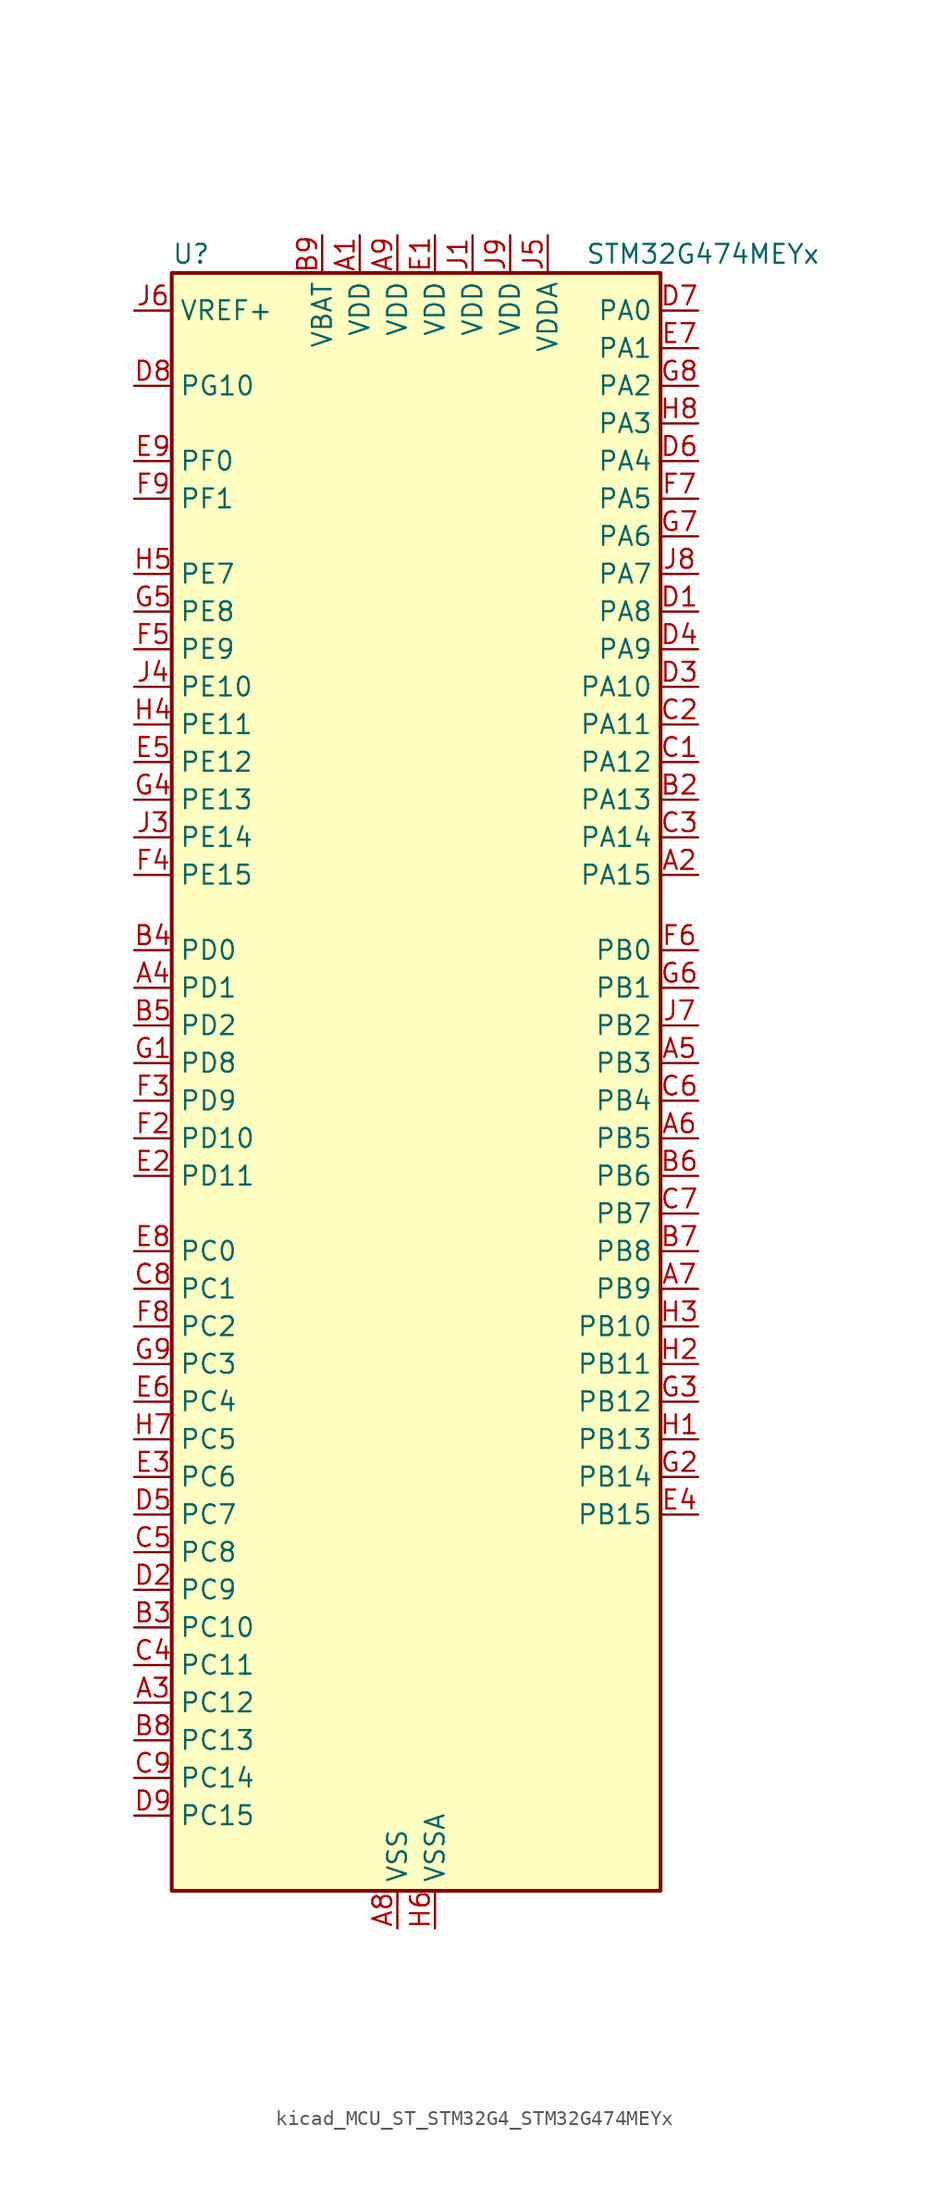
<source format=kicad_sym>
(kicad_symbol_lib
  (version 20220914)
  (generator kicad_symbol_editor)
  (symbol "kicad_MCU_ST_STM32G4_STM32G474MEYx"
    (property "Reference" "U"
      (at -15.24 57.15 0)
      (effects (font (size 1.27 1.27)) (justify left)))
    (property "Value" "STM32G474MEYx"
      (at 12.7 57.15 0)
      (effects (font (size 1.27 1.27)) (justify left)))
    (property "ki_locked" ""
      (at 0 0 0)
      (effects (font (size 1.27 1.27))))
    (symbol "kicad_MCU_ST_STM32G4_STM32G474MEYx_0_1"
      (rectangle (start -15.24 -53.34) (end 17.78 55.88) (stroke (width 0.254) (type default)) (fill (type background))))
    (symbol "kicad_MCU_ST_STM32G4_STM32G474MEYx_1_1"
      (pin power_in line (at -2.54 58.42 270) (length 2.54) (name "VDD" (effects (font (size 1.27 1.27)))) (number "A1" (effects (font (size 1.27 1.27)))))
      (pin bidirectional line (at 20.32 15.24 180) (length 2.54) (name "PA15" (effects (font (size 1.27 1.27)))) (number "A2" (effects (font (size 1.27 1.27)))) (alternate "ADC1_EXTI15" bidirectional line) (alternate "ADC2_EXTI15" bidirectional line) (alternate "FDCAN3_TX" bidirectional line) (alternate "HRTIM1_FLT2" bidirectional line) (alternate "I2C1_SCL" bidirectional line) (alternate "I2S3_WS" bidirectional line) (alternate "SPI1_NSS" bidirectional line) (alternate "SPI3_NSS" bidirectional line) (alternate "SYS_JTDI" bidirectional line) (alternate "TIM1_BKIN" bidirectional line) (alternate "TIM2_CH1" bidirectional line) (alternate "TIM2_ETR" bidirectional line) (alternate "TIM8_CH1" bidirectional line) (alternate "UART4_DE" bidirectional line) (alternate "UART4_RTS" bidirectional line) (alternate "USART2_RX" bidirectional line))
      (pin bidirectional line (at -17.78 -40.64 0) (length 2.54) (name "PC12" (effects (font (size 1.27 1.27)))) (number "A3" (effects (font (size 1.27 1.27)))) (alternate "HRTIM1_EEV1" bidirectional line) (alternate "I2S3_SD" bidirectional line) (alternate "SPI3_MOSI" bidirectional line) (alternate "TIM5_CH2" bidirectional line) (alternate "TIM8_CH3N" bidirectional line) (alternate "UART5_TX" bidirectional line) (alternate "UCPD1_FRSTX1" bidirectional line) (alternate "UCPD1_FRSTX2" bidirectional line) (alternate "USART3_CK" bidirectional line))
      (pin bidirectional line (at -17.78 7.62 0) (length 2.54) (name "PD1" (effects (font (size 1.27 1.27)))) (number "A4" (effects (font (size 1.27 1.27)))) (alternate "FDCAN1_TX" bidirectional line) (alternate "TIM8_BKIN2" bidirectional line) (alternate "TIM8_CH4" bidirectional line))
      (pin bidirectional line (at 20.32 2.54 180) (length 2.54) (name "PB3" (effects (font (size 1.27 1.27)))) (number "A5" (effects (font (size 1.27 1.27)))) (alternate "ADC3_EXTI3" bidirectional line) (alternate "ADC4_EXTI3" bidirectional line) (alternate "ADC5_EXTI3" bidirectional line) (alternate "CRS_SYNC" bidirectional line) (alternate "FDCAN3_RX" bidirectional line) (alternate "HRTIM1_EEV9" bidirectional line) (alternate "HRTIM1_SCOUT" bidirectional line) (alternate "I2S3_CK" bidirectional line) (alternate "SAI1_SCK_B" bidirectional line) (alternate "SPI1_SCK" bidirectional line) (alternate "SPI3_SCK" bidirectional line) (alternate "SYS_JTDO-SWO" bidirectional line) (alternate "TIM2_CH2" bidirectional line) (alternate "TIM3_ETR" bidirectional line) (alternate "TIM4_ETR" bidirectional line) (alternate "TIM8_CH1N" bidirectional line) (alternate "USART2_TX" bidirectional line))
      (pin bidirectional line (at 20.32 -2.54 180) (length 2.54) (name "PB5" (effects (font (size 1.27 1.27)))) (number "A6" (effects (font (size 1.27 1.27)))) (alternate "FDCAN2_RX" bidirectional line) (alternate "HRTIM1_EEV6" bidirectional line) (alternate "I2C1_SMBA" bidirectional line) (alternate "I2C3_SDA" bidirectional line) (alternate "I2S3_SD" bidirectional line) (alternate "LPTIM1_IN1" bidirectional line) (alternate "SAI1_SD_B" bidirectional line) (alternate "SPI1_MOSI" bidirectional line) (alternate "SPI3_MOSI" bidirectional line) (alternate "TIM16_BKIN" bidirectional line) (alternate "TIM17_CH1" bidirectional line) (alternate "TIM3_CH2" bidirectional line) (alternate "TIM8_CH3N" bidirectional line) (alternate "UART5_CTS" bidirectional line) (alternate "USART2_CK" bidirectional line))
      (pin bidirectional line (at 20.32 -12.7 180) (length 2.54) (name "PB9" (effects (font (size 1.27 1.27)))) (number "A7" (effects (font (size 1.27 1.27)))) (alternate "COMP2_OUT" bidirectional line) (alternate "DAC1_EXTI9" bidirectional line) (alternate "DAC2_EXTI9" bidirectional line) (alternate "DAC3_EXTI9" bidirectional line) (alternate "DAC4_EXTI9" bidirectional line) (alternate "FDCAN1_TX" bidirectional line) (alternate "HRTIM1_EEV5" bidirectional line) (alternate "I2C1_SDA" bidirectional line) (alternate "IR_OUT" bidirectional line) (alternate "SAI1_D2" bidirectional line) (alternate "SAI1_FS_A" bidirectional line) (alternate "TIM17_CH1" bidirectional line) (alternate "TIM1_CH3N" bidirectional line) (alternate "TIM4_CH4" bidirectional line) (alternate "TIM8_CH3" bidirectional line) (alternate "USART3_TX" bidirectional line))
      (pin power_in line (at 0 -55.88 90) (length 2.54) (name "VSS" (effects (font (size 1.27 1.27)))) (number "A8" (effects (font (size 1.27 1.27)))))
      (pin power_in line (at 0 58.42 270) (length 2.54) (name "VDD" (effects (font (size 1.27 1.27)))) (number "A9" (effects (font (size 1.27 1.27)))))
      (pin passive line (at 0 -55.88 90) (length 2.54) hide (name "VSS" (effects (font (size 1.27 1.27)))) (number "B1" (effects (font (size 1.27 1.27)))))
      (pin bidirectional line (at 20.32 20.32 180) (length 2.54) (name "PA13" (effects (font (size 1.27 1.27)))) (number "B2" (effects (font (size 1.27 1.27)))) (alternate "I2C1_SCL" bidirectional line) (alternate "I2C4_SCL" bidirectional line) (alternate "IR_OUT" bidirectional line) (alternate "SAI1_SD_B" bidirectional line) (alternate "SYS_JTMS-SWDIO" bidirectional line) (alternate "TIM16_CH1N" bidirectional line) (alternate "TIM4_CH3" bidirectional line) (alternate "USART3_CTS" bidirectional line) (alternate "USART3_NSS" bidirectional line))
      (pin bidirectional line (at -17.78 -35.56 0) (length 2.54) (name "PC10" (effects (font (size 1.27 1.27)))) (number "B3" (effects (font (size 1.27 1.27)))) (alternate "DAC1_EXTI10" bidirectional line) (alternate "DAC2_EXTI10" bidirectional line) (alternate "DAC3_EXTI10" bidirectional line) (alternate "DAC4_EXTI10" bidirectional line) (alternate "HRTIM1_FLT6" bidirectional line) (alternate "I2S3_CK" bidirectional line) (alternate "SPI3_SCK" bidirectional line) (alternate "TIM8_CH1N" bidirectional line) (alternate "UART4_TX" bidirectional line) (alternate "USART3_TX" bidirectional line))
      (pin bidirectional line (at -17.78 10.16 0) (length 2.54) (name "PD0" (effects (font (size 1.27 1.27)))) (number "B4" (effects (font (size 1.27 1.27)))) (alternate "FDCAN1_RX" bidirectional line) (alternate "TIM8_CH4N" bidirectional line))
      (pin bidirectional line (at -17.78 5.08 0) (length 2.54) (name "PD2" (effects (font (size 1.27 1.27)))) (number "B5" (effects (font (size 1.27 1.27)))) (alternate "ADC3_EXTI2" bidirectional line) (alternate "ADC4_EXTI2" bidirectional line) (alternate "ADC5_EXTI2" bidirectional line) (alternate "TIM3_ETR" bidirectional line) (alternate "TIM8_BKIN" bidirectional line) (alternate "UART5_RX" bidirectional line))
      (pin bidirectional line (at 20.32 -5.08 180) (length 2.54) (name "PB6" (effects (font (size 1.27 1.27)))) (number "B6" (effects (font (size 1.27 1.27)))) (alternate "COMP4_OUT" bidirectional line) (alternate "FDCAN2_TX" bidirectional line) (alternate "HRTIM1_EEV4" bidirectional line) (alternate "HRTIM1_SCIN" bidirectional line) (alternate "LPTIM1_ETR" bidirectional line) (alternate "SAI1_FS_B" bidirectional line) (alternate "TIM16_CH1N" bidirectional line) (alternate "TIM4_CH1" bidirectional line) (alternate "TIM8_BKIN2" bidirectional line) (alternate "TIM8_CH1" bidirectional line) (alternate "TIM8_ETR" bidirectional line) (alternate "UCPD1_CC1" bidirectional line) (alternate "USART1_TX" bidirectional line))
      (pin bidirectional line (at 20.32 -10.16 180) (length 2.54) (name "PB8" (effects (font (size 1.27 1.27)))) (number "B7" (effects (font (size 1.27 1.27)))) (alternate "COMP1_OUT" bidirectional line) (alternate "FDCAN1_RX" bidirectional line) (alternate "HRTIM1_EEV8" bidirectional line) (alternate "I2C1_SCL" bidirectional line) (alternate "SAI1_CK1" bidirectional line) (alternate "SAI1_MCLK_A" bidirectional line) (alternate "TIM16_CH1" bidirectional line) (alternate "TIM1_BKIN" bidirectional line) (alternate "TIM4_CH3" bidirectional line) (alternate "TIM8_CH2" bidirectional line) (alternate "USART3_RX" bidirectional line))
      (pin bidirectional line (at -17.78 -43.18 0) (length 2.54) (name "PC13" (effects (font (size 1.27 1.27)))) (number "B8" (effects (font (size 1.27 1.27)))) (alternate "RTC_OUT1" bidirectional line) (alternate "RTC_TAMP1" bidirectional line) (alternate "RTC_TS" bidirectional line) (alternate "SYS_WKUP2" bidirectional line) (alternate "TIM1_BKIN" bidirectional line) (alternate "TIM1_CH1N" bidirectional line) (alternate "TIM8_CH4N" bidirectional line))
      (pin power_in line (at -5.08 58.42 270) (length 2.54) (name "VBAT" (effects (font (size 1.27 1.27)))) (number "B9" (effects (font (size 1.27 1.27)))))
      (pin bidirectional line (at 20.32 22.86 180) (length 2.54) (name "PA12" (effects (font (size 1.27 1.27)))) (number "C1" (effects (font (size 1.27 1.27)))) (alternate "COMP2_OUT" bidirectional line) (alternate "FDCAN1_TX" bidirectional line) (alternate "HRTIM1_FLT1" bidirectional line) (alternate "I2S_CKIN" bidirectional line) (alternate "TIM16_CH1" bidirectional line) (alternate "TIM1_CH2N" bidirectional line) (alternate "TIM1_ETR" bidirectional line) (alternate "TIM4_CH2" bidirectional line) (alternate "USART1_DE" bidirectional line) (alternate "USART1_RTS" bidirectional line) (alternate "USB_DP" bidirectional line))
      (pin bidirectional line (at 20.32 25.4 180) (length 2.54) (name "PA11" (effects (font (size 1.27 1.27)))) (number "C2" (effects (font (size 1.27 1.27)))) (alternate "ADC1_EXTI11" bidirectional line) (alternate "ADC2_EXTI11" bidirectional line) (alternate "COMP1_OUT" bidirectional line) (alternate "FDCAN1_RX" bidirectional line) (alternate "HRTIM1_CHB2" bidirectional line) (alternate "I2S2_SD" bidirectional line) (alternate "SPI2_MOSI" bidirectional line) (alternate "TIM1_BKIN2" bidirectional line) (alternate "TIM1_CH1N" bidirectional line) (alternate "TIM1_CH4" bidirectional line) (alternate "TIM4_CH1" bidirectional line) (alternate "USART1_CTS" bidirectional line) (alternate "USART1_NSS" bidirectional line) (alternate "USB_DM" bidirectional line))
      (pin bidirectional line (at 20.32 17.78 180) (length 2.54) (name "PA14" (effects (font (size 1.27 1.27)))) (number "C3" (effects (font (size 1.27 1.27)))) (alternate "I2C1_SDA" bidirectional line) (alternate "I2C4_SMBA" bidirectional line) (alternate "LPTIM1_OUT" bidirectional line) (alternate "SAI1_FS_B" bidirectional line) (alternate "SYS_JTCK-SWCLK" bidirectional line) (alternate "TIM1_BKIN" bidirectional line) (alternate "TIM8_CH2" bidirectional line) (alternate "USART2_TX" bidirectional line))
      (pin bidirectional line (at -17.78 -38.1 0) (length 2.54) (name "PC11" (effects (font (size 1.27 1.27)))) (number "C4" (effects (font (size 1.27 1.27)))) (alternate "ADC1_EXTI11" bidirectional line) (alternate "ADC2_EXTI11" bidirectional line) (alternate "HRTIM1_EEV2" bidirectional line) (alternate "I2C3_SDA" bidirectional line) (alternate "SPI3_MISO" bidirectional line) (alternate "TIM8_CH2N" bidirectional line) (alternate "UART4_RX" bidirectional line) (alternate "USART3_RX" bidirectional line))
      (pin bidirectional line (at -17.78 -30.48 0) (length 2.54) (name "PC8" (effects (font (size 1.27 1.27)))) (number "C5" (effects (font (size 1.27 1.27)))) (alternate "COMP7_OUT" bidirectional line) (alternate "HRTIM1_CHE1" bidirectional line) (alternate "I2C3_SCL" bidirectional line) (alternate "TIM20_CH3" bidirectional line) (alternate "TIM3_CH3" bidirectional line) (alternate "TIM8_CH3" bidirectional line))
      (pin bidirectional line (at 20.32 0 180) (length 2.54) (name "PB4" (effects (font (size 1.27 1.27)))) (number "C6" (effects (font (size 1.27 1.27)))) (alternate "FDCAN3_TX" bidirectional line) (alternate "HRTIM1_EEV7" bidirectional line) (alternate "SAI1_MCLK_B" bidirectional line) (alternate "SPI1_MISO" bidirectional line) (alternate "SPI3_MISO" bidirectional line) (alternate "SYS_JTRST" bidirectional line) (alternate "TIM16_CH1" bidirectional line) (alternate "TIM17_BKIN" bidirectional line) (alternate "TIM3_CH1" bidirectional line) (alternate "TIM8_CH2N" bidirectional line) (alternate "UART5_DE" bidirectional line) (alternate "UART5_RTS" bidirectional line) (alternate "UCPD1_CC2" bidirectional line) (alternate "USART2_RX" bidirectional line))
      (pin bidirectional line (at 20.32 -7.62 180) (length 2.54) (name "PB7" (effects (font (size 1.27 1.27)))) (number "C7" (effects (font (size 1.27 1.27)))) (alternate "COMP3_OUT" bidirectional line) (alternate "HRTIM1_EEV3" bidirectional line) (alternate "I2C1_SDA" bidirectional line) (alternate "I2C4_SDA" bidirectional line) (alternate "LPTIM1_IN2" bidirectional line) (alternate "SYS_PVD_IN" bidirectional line) (alternate "TIM17_CH1N" bidirectional line) (alternate "TIM3_CH4" bidirectional line) (alternate "TIM4_CH2" bidirectional line) (alternate "TIM8_BKIN" bidirectional line) (alternate "UART4_CTS" bidirectional line) (alternate "USART1_RX" bidirectional line))
      (pin bidirectional line (at -17.78 -12.7 0) (length 2.54) (name "PC1" (effects (font (size 1.27 1.27)))) (number "C8" (effects (font (size 1.27 1.27)))) (alternate "ADC1_IN7" bidirectional line) (alternate "ADC2_IN7" bidirectional line) (alternate "COMP3_INP" bidirectional line) (alternate "LPTIM1_OUT" bidirectional line) (alternate "LPUART1_TX" bidirectional line) (alternate "QUADSPI1_BK2_IO0" bidirectional line) (alternate "SAI1_SD_A" bidirectional line) (alternate "TIM1_CH2" bidirectional line))
      (pin bidirectional line (at -17.78 -45.72 0) (length 2.54) (name "PC14" (effects (font (size 1.27 1.27)))) (number "C9" (effects (font (size 1.27 1.27)))) (alternate "RCC_OSC32_IN" bidirectional line))
      (pin bidirectional line (at 20.32 33.02 180) (length 2.54) (name "PA8" (effects (font (size 1.27 1.27)))) (number "D1" (effects (font (size 1.27 1.27)))) (alternate "ADC5_IN1" bidirectional line) (alternate "COMP7_OUT" bidirectional line) (alternate "FDCAN3_RX" bidirectional line) (alternate "HRTIM1_CHA1" bidirectional line) (alternate "I2C2_SDA" bidirectional line) (alternate "I2C3_SCL" bidirectional line) (alternate "I2S2_MCK" bidirectional line) (alternate "OPAMP5_VOUT" bidirectional line) (alternate "RCC_MCO" bidirectional line) (alternate "SAI1_CK2" bidirectional line) (alternate "SAI1_SCK_A" bidirectional line) (alternate "TIM1_CH1" bidirectional line) (alternate "TIM4_ETR" bidirectional line) (alternate "USART1_CK" bidirectional line))
      (pin bidirectional line (at -17.78 -33.02 0) (length 2.54) (name "PC9" (effects (font (size 1.27 1.27)))) (number "D2" (effects (font (size 1.27 1.27)))) (alternate "DAC1_EXTI9" bidirectional line) (alternate "DAC2_EXTI9" bidirectional line) (alternate "DAC3_EXTI9" bidirectional line) (alternate "DAC4_EXTI9" bidirectional line) (alternate "HRTIM1_CHE2" bidirectional line) (alternate "I2C3_SDA" bidirectional line) (alternate "I2S_CKIN" bidirectional line) (alternate "TIM3_CH4" bidirectional line) (alternate "TIM8_BKIN2" bidirectional line) (alternate "TIM8_CH4" bidirectional line))
      (pin bidirectional line (at 20.32 27.94 180) (length 2.54) (name "PA10" (effects (font (size 1.27 1.27)))) (number "D3" (effects (font (size 1.27 1.27)))) (alternate "COMP6_OUT" bidirectional line) (alternate "CRS_SYNC" bidirectional line) (alternate "DAC1_EXTI10" bidirectional line) (alternate "DAC2_EXTI10" bidirectional line) (alternate "DAC3_EXTI10" bidirectional line) (alternate "DAC4_EXTI10" bidirectional line) (alternate "HRTIM1_CHB1" bidirectional line) (alternate "I2C2_SMBA" bidirectional line) (alternate "SAI1_D1" bidirectional line) (alternate "SAI1_SD_A" bidirectional line) (alternate "SPI2_MISO" bidirectional line) (alternate "TIM17_BKIN" bidirectional line) (alternate "TIM1_CH3" bidirectional line) (alternate "TIM2_CH4" bidirectional line) (alternate "TIM8_BKIN" bidirectional line) (alternate "UCPD1_DBCC2" bidirectional line) (alternate "USART1_RX" bidirectional line))
      (pin bidirectional line (at 20.32 30.48 180) (length 2.54) (name "PA9" (effects (font (size 1.27 1.27)))) (number "D4" (effects (font (size 1.27 1.27)))) (alternate "ADC5_IN2" bidirectional line) (alternate "COMP5_OUT" bidirectional line) (alternate "DAC1_EXTI9" bidirectional line) (alternate "DAC2_EXTI9" bidirectional line) (alternate "DAC3_EXTI9" bidirectional line) (alternate "DAC4_EXTI9" bidirectional line) (alternate "HRTIM1_CHA2" bidirectional line) (alternate "I2C2_SCL" bidirectional line) (alternate "I2C3_SMBA" bidirectional line) (alternate "I2S3_MCK" bidirectional line) (alternate "SAI1_FS_A" bidirectional line) (alternate "TIM15_BKIN" bidirectional line) (alternate "TIM1_CH2" bidirectional line) (alternate "TIM2_CH3" bidirectional line) (alternate "UCPD1_DBCC1" bidirectional line) (alternate "USART1_TX" bidirectional line))
      (pin bidirectional line (at -17.78 -27.94 0) (length 2.54) (name "PC7" (effects (font (size 1.27 1.27)))) (number "D5" (effects (font (size 1.27 1.27)))) (alternate "COMP5_OUT" bidirectional line) (alternate "HRTIM1_CHF2" bidirectional line) (alternate "HRTIM1_FLT5" bidirectional line) (alternate "I2C4_SDA" bidirectional line) (alternate "I2S3_MCK" bidirectional line) (alternate "TIM3_CH2" bidirectional line) (alternate "TIM8_CH2" bidirectional line))
      (pin bidirectional line (at 20.32 43.18 180) (length 2.54) (name "PA4" (effects (font (size 1.27 1.27)))) (number "D6" (effects (font (size 1.27 1.27)))) (alternate "ADC2_IN17" bidirectional line) (alternate "COMP1_INM" bidirectional line) (alternate "DAC1_OUT1" bidirectional line) (alternate "I2S3_WS" bidirectional line) (alternate "SAI1_FS_B" bidirectional line) (alternate "SPI1_NSS" bidirectional line) (alternate "SPI3_NSS" bidirectional line) (alternate "TIM3_CH2" bidirectional line) (alternate "USART2_CK" bidirectional line))
      (pin bidirectional line (at 20.32 53.34 180) (length 2.54) (name "PA0" (effects (font (size 1.27 1.27)))) (number "D7" (effects (font (size 1.27 1.27)))) (alternate "ADC1_IN1" bidirectional line) (alternate "ADC2_IN1" bidirectional line) (alternate "COMP1_INM" bidirectional line) (alternate "COMP1_OUT" bidirectional line) (alternate "COMP3_INP" bidirectional line) (alternate "RTC_TAMP2" bidirectional line) (alternate "SYS_WKUP1" bidirectional line) (alternate "TIM2_CH1" bidirectional line) (alternate "TIM2_ETR" bidirectional line) (alternate "TIM5_CH1" bidirectional line) (alternate "TIM8_BKIN" bidirectional line) (alternate "TIM8_ETR" bidirectional line) (alternate "USART2_CTS" bidirectional line) (alternate "USART2_NSS" bidirectional line))
      (pin bidirectional line (at -17.78 48.26 0) (length 2.54) (name "PG10" (effects (font (size 1.27 1.27)))) (number "D8" (effects (font (size 1.27 1.27)))) (alternate "DAC1_EXTI10" bidirectional line) (alternate "DAC2_EXTI10" bidirectional line) (alternate "DAC3_EXTI10" bidirectional line) (alternate "DAC4_EXTI10" bidirectional line) (alternate "RCC_MCO" bidirectional line))
      (pin bidirectional line (at -17.78 -48.26 0) (length 2.54) (name "PC15" (effects (font (size 1.27 1.27)))) (number "D9" (effects (font (size 1.27 1.27)))) (alternate "ADC1_EXTI15" bidirectional line) (alternate "ADC2_EXTI15" bidirectional line) (alternate "RCC_OSC32_OUT" bidirectional line))
      (pin power_in line (at 2.54 58.42 270) (length 2.54) (name "VDD" (effects (font (size 1.27 1.27)))) (number "E1" (effects (font (size 1.27 1.27)))))
      (pin bidirectional line (at -17.78 -5.08 0) (length 2.54) (name "PD11" (effects (font (size 1.27 1.27)))) (number "E2" (effects (font (size 1.27 1.27)))) (alternate "ADC1_EXTI11" bidirectional line) (alternate "ADC2_EXTI11" bidirectional line) (alternate "ADC3_IN8" bidirectional line) (alternate "ADC4_IN8" bidirectional line) (alternate "ADC5_IN8" bidirectional line) (alternate "COMP6_INP" bidirectional line) (alternate "I2C4_SMBA" bidirectional line) (alternate "OPAMP4_VINP" bidirectional line) (alternate "OPAMP4_VINP_SEC" bidirectional line) (alternate "TIM5_ETR" bidirectional line) (alternate "USART3_CTS" bidirectional line) (alternate "USART3_NSS" bidirectional line))
      (pin bidirectional line (at -17.78 -25.4 0) (length 2.54) (name "PC6" (effects (font (size 1.27 1.27)))) (number "E3" (effects (font (size 1.27 1.27)))) (alternate "COMP6_OUT" bidirectional line) (alternate "HRTIM1_CHF1" bidirectional line) (alternate "HRTIM1_EEV10" bidirectional line) (alternate "I2C4_SCL" bidirectional line) (alternate "I2S2_MCK" bidirectional line) (alternate "TIM3_CH1" bidirectional line) (alternate "TIM8_CH1" bidirectional line))
      (pin bidirectional line (at 20.32 -27.94 180) (length 2.54) (name "PB15" (effects (font (size 1.27 1.27)))) (number "E4" (effects (font (size 1.27 1.27)))) (alternate "ADC1_EXTI15" bidirectional line) (alternate "ADC2_EXTI15" bidirectional line) (alternate "ADC2_IN15" bidirectional line) (alternate "ADC4_IN5" bidirectional line) (alternate "COMP3_OUT" bidirectional line) (alternate "COMP6_INM" bidirectional line) (alternate "HRTIM1_CHD2" bidirectional line) (alternate "I2S2_SD" bidirectional line) (alternate "OPAMP5_VINM" bidirectional line) (alternate "OPAMP5_VINM0" bidirectional line) (alternate "OPAMP5_VINM_SEC" bidirectional line) (alternate "RTC_REFIN" bidirectional line) (alternate "SPI2_MOSI" bidirectional line) (alternate "TIM15_CH1N" bidirectional line) (alternate "TIM15_CH2" bidirectional line) (alternate "TIM1_CH3N" bidirectional line))
      (pin bidirectional line (at -17.78 22.86 0) (length 2.54) (name "PE12" (effects (font (size 1.27 1.27)))) (number "E5" (effects (font (size 1.27 1.27)))) (alternate "ADC3_IN16" bidirectional line) (alternate "ADC4_IN16" bidirectional line) (alternate "ADC5_IN16" bidirectional line) (alternate "QUADSPI1_BK1_IO0" bidirectional line) (alternate "SPI4_SCK" bidirectional line) (alternate "TIM1_CH3N" bidirectional line))
      (pin bidirectional line (at -17.78 -20.32 0) (length 2.54) (name "PC4" (effects (font (size 1.27 1.27)))) (number "E6" (effects (font (size 1.27 1.27)))) (alternate "ADC2_IN5" bidirectional line) (alternate "I2C2_SCL" bidirectional line) (alternate "QUADSPI1_BK2_IO3" bidirectional line) (alternate "TIM1_ETR" bidirectional line) (alternate "USART1_TX" bidirectional line))
      (pin bidirectional line (at 20.32 50.8 180) (length 2.54) (name "PA1" (effects (font (size 1.27 1.27)))) (number "E7" (effects (font (size 1.27 1.27)))) (alternate "ADC1_IN2" bidirectional line) (alternate "ADC2_IN2" bidirectional line) (alternate "COMP1_INP" bidirectional line) (alternate "OPAMP1_VINP" bidirectional line) (alternate "OPAMP1_VINP_SEC" bidirectional line) (alternate "OPAMP3_VINP" bidirectional line) (alternate "OPAMP3_VINP_SEC" bidirectional line) (alternate "OPAMP6_VINM" bidirectional line) (alternate "OPAMP6_VINM0" bidirectional line) (alternate "OPAMP6_VINM_SEC" bidirectional line) (alternate "RTC_REFIN" bidirectional line) (alternate "TIM15_CH1N" bidirectional line) (alternate "TIM2_CH2" bidirectional line) (alternate "TIM5_CH2" bidirectional line) (alternate "USART2_DE" bidirectional line) (alternate "USART2_RTS" bidirectional line))
      (pin bidirectional line (at -17.78 -10.16 0) (length 2.54) (name "PC0" (effects (font (size 1.27 1.27)))) (number "E8" (effects (font (size 1.27 1.27)))) (alternate "ADC1_IN6" bidirectional line) (alternate "ADC2_IN6" bidirectional line) (alternate "COMP3_INM" bidirectional line) (alternate "LPTIM1_IN1" bidirectional line) (alternate "LPUART1_RX" bidirectional line) (alternate "TIM1_CH1" bidirectional line))
      (pin bidirectional line (at -17.78 43.18 0) (length 2.54) (name "PF0" (effects (font (size 1.27 1.27)))) (number "E9" (effects (font (size 1.27 1.27)))) (alternate "ADC1_IN10" bidirectional line) (alternate "I2C2_SDA" bidirectional line) (alternate "I2S2_WS" bidirectional line) (alternate "RCC_OSC_IN" bidirectional line) (alternate "SPI2_NSS" bidirectional line) (alternate "TIM1_CH3N" bidirectional line))
      (pin passive line (at 0 -55.88 90) (length 2.54) hide (name "VSS" (effects (font (size 1.27 1.27)))) (number "F1" (effects (font (size 1.27 1.27)))))
      (pin bidirectional line (at -17.78 -2.54 0) (length 2.54) (name "PD10" (effects (font (size 1.27 1.27)))) (number "F2" (effects (font (size 1.27 1.27)))) (alternate "ADC3_IN7" bidirectional line) (alternate "ADC4_IN7" bidirectional line) (alternate "ADC5_IN7" bidirectional line) (alternate "COMP6_INM" bidirectional line) (alternate "DAC1_EXTI10" bidirectional line) (alternate "DAC2_EXTI10" bidirectional line) (alternate "DAC3_EXTI10" bidirectional line) (alternate "DAC4_EXTI10" bidirectional line) (alternate "USART3_CK" bidirectional line))
      (pin bidirectional line (at -17.78 0 0) (length 2.54) (name "PD9" (effects (font (size 1.27 1.27)))) (number "F3" (effects (font (size 1.27 1.27)))) (alternate "ADC4_IN13" bidirectional line) (alternate "ADC5_IN13" bidirectional line) (alternate "DAC1_EXTI9" bidirectional line) (alternate "DAC2_EXTI9" bidirectional line) (alternate "DAC3_EXTI9" bidirectional line) (alternate "DAC4_EXTI9" bidirectional line) (alternate "OPAMP6_VINP" bidirectional line) (alternate "OPAMP6_VINP_SEC" bidirectional line) (alternate "USART3_RX" bidirectional line))
      (pin bidirectional line (at -17.78 15.24 0) (length 2.54) (name "PE15" (effects (font (size 1.27 1.27)))) (number "F4" (effects (font (size 1.27 1.27)))) (alternate "ADC1_EXTI15" bidirectional line) (alternate "ADC2_EXTI15" bidirectional line) (alternate "ADC4_IN2" bidirectional line) (alternate "QUADSPI1_BK1_IO3" bidirectional line) (alternate "TIM1_BKIN" bidirectional line) (alternate "TIM1_CH4N" bidirectional line) (alternate "USART3_RX" bidirectional line))
      (pin bidirectional line (at -17.78 30.48 0) (length 2.54) (name "PE9" (effects (font (size 1.27 1.27)))) (number "F5" (effects (font (size 1.27 1.27)))) (alternate "ADC3_IN2" bidirectional line) (alternate "DAC1_EXTI9" bidirectional line) (alternate "DAC2_EXTI9" bidirectional line) (alternate "DAC3_EXTI9" bidirectional line) (alternate "DAC4_EXTI9" bidirectional line) (alternate "SAI1_FS_B" bidirectional line) (alternate "TIM1_CH1" bidirectional line) (alternate "TIM5_CH4" bidirectional line))
      (pin bidirectional line (at 20.32 10.16 180) (length 2.54) (name "PB0" (effects (font (size 1.27 1.27)))) (number "F6" (effects (font (size 1.27 1.27)))) (alternate "ADC1_IN15" bidirectional line) (alternate "ADC3_IN12" bidirectional line) (alternate "COMP4_INP" bidirectional line) (alternate "HRTIM1_FLT5" bidirectional line) (alternate "OPAMP2_VINP" bidirectional line) (alternate "OPAMP2_VINP_SEC" bidirectional line) (alternate "OPAMP3_VINP" bidirectional line) (alternate "OPAMP3_VINP_SEC" bidirectional line) (alternate "QUADSPI1_BK1_IO1" bidirectional line) (alternate "TIM1_CH2N" bidirectional line) (alternate "TIM3_CH3" bidirectional line) (alternate "TIM8_CH2N" bidirectional line) (alternate "UCPD1_FRSTX1" bidirectional line) (alternate "UCPD1_FRSTX2" bidirectional line))
      (pin bidirectional line (at 20.32 40.64 180) (length 2.54) (name "PA5" (effects (font (size 1.27 1.27)))) (number "F7" (effects (font (size 1.27 1.27)))) (alternate "ADC2_IN13" bidirectional line) (alternate "COMP2_INM" bidirectional line) (alternate "DAC1_OUT2" bidirectional line) (alternate "OPAMP2_VINM" bidirectional line) (alternate "OPAMP2_VINM0" bidirectional line) (alternate "OPAMP2_VINM_SEC" bidirectional line) (alternate "SPI1_SCK" bidirectional line) (alternate "TIM2_CH1" bidirectional line) (alternate "TIM2_ETR" bidirectional line) (alternate "UCPD1_FRSTX1" bidirectional line) (alternate "UCPD1_FRSTX2" bidirectional line))
      (pin bidirectional line (at -17.78 -15.24 0) (length 2.54) (name "PC2" (effects (font (size 1.27 1.27)))) (number "F8" (effects (font (size 1.27 1.27)))) (alternate "ADC1_IN8" bidirectional line) (alternate "ADC2_IN8" bidirectional line) (alternate "ADC3_EXTI2" bidirectional line) (alternate "ADC4_EXTI2" bidirectional line) (alternate "ADC5_EXTI2" bidirectional line) (alternate "COMP3_OUT" bidirectional line) (alternate "LPTIM1_IN2" bidirectional line) (alternate "QUADSPI1_BK2_IO1" bidirectional line) (alternate "TIM1_CH3" bidirectional line) (alternate "TIM20_CH2" bidirectional line))
      (pin bidirectional line (at -17.78 40.64 0) (length 2.54) (name "PF1" (effects (font (size 1.27 1.27)))) (number "F9" (effects (font (size 1.27 1.27)))) (alternate "ADC2_IN10" bidirectional line) (alternate "COMP3_INM" bidirectional line) (alternate "I2S2_CK" bidirectional line) (alternate "RCC_OSC_OUT" bidirectional line) (alternate "SPI2_SCK" bidirectional line))
      (pin bidirectional line (at -17.78 2.54 0) (length 2.54) (name "PD8" (effects (font (size 1.27 1.27)))) (number "G1" (effects (font (size 1.27 1.27)))) (alternate "ADC4_IN12" bidirectional line) (alternate "ADC5_IN12" bidirectional line) (alternate "OPAMP4_VINM" bidirectional line) (alternate "OPAMP4_VINM1" bidirectional line) (alternate "OPAMP4_VINM_SEC" bidirectional line) (alternate "USART3_TX" bidirectional line))
      (pin bidirectional line (at 20.32 -25.4 180) (length 2.54) (name "PB14" (effects (font (size 1.27 1.27)))) (number "G2" (effects (font (size 1.27 1.27)))) (alternate "ADC1_IN5" bidirectional line) (alternate "ADC4_IN4" bidirectional line) (alternate "COMP4_OUT" bidirectional line) (alternate "COMP7_INP" bidirectional line) (alternate "HRTIM1_CHD1" bidirectional line) (alternate "OPAMP2_VINP" bidirectional line) (alternate "OPAMP2_VINP_SEC" bidirectional line) (alternate "OPAMP5_VINP" bidirectional line) (alternate "OPAMP5_VINP_SEC" bidirectional line) (alternate "SPI2_MISO" bidirectional line) (alternate "TIM15_CH1" bidirectional line) (alternate "TIM1_CH2N" bidirectional line) (alternate "USART3_DE" bidirectional line) (alternate "USART3_RTS" bidirectional line))
      (pin bidirectional line (at 20.32 -20.32 180) (length 2.54) (name "PB12" (effects (font (size 1.27 1.27)))) (number "G3" (effects (font (size 1.27 1.27)))) (alternate "ADC1_IN11" bidirectional line) (alternate "ADC4_IN3" bidirectional line) (alternate "COMP7_INM" bidirectional line) (alternate "FDCAN2_RX" bidirectional line) (alternate "HRTIM1_CHC1" bidirectional line) (alternate "I2C2_SMBA" bidirectional line) (alternate "I2S2_WS" bidirectional line) (alternate "LPUART1_DE" bidirectional line) (alternate "LPUART1_RTS" bidirectional line) (alternate "OPAMP4_VOUT" bidirectional line) (alternate "OPAMP6_VINP" bidirectional line) (alternate "OPAMP6_VINP_SEC" bidirectional line) (alternate "SPI2_NSS" bidirectional line) (alternate "TIM1_BKIN" bidirectional line) (alternate "TIM5_ETR" bidirectional line) (alternate "USART3_CK" bidirectional line))
      (pin bidirectional line (at -17.78 20.32 0) (length 2.54) (name "PE13" (effects (font (size 1.27 1.27)))) (number "G4" (effects (font (size 1.27 1.27)))) (alternate "ADC3_IN3" bidirectional line) (alternate "QUADSPI1_BK1_IO1" bidirectional line) (alternate "SPI4_MISO" bidirectional line) (alternate "TIM1_CH3" bidirectional line))
      (pin bidirectional line (at -17.78 33.02 0) (length 2.54) (name "PE8" (effects (font (size 1.27 1.27)))) (number "G5" (effects (font (size 1.27 1.27)))) (alternate "ADC3_IN6" bidirectional line) (alternate "ADC4_IN6" bidirectional line) (alternate "ADC5_IN6" bidirectional line) (alternate "COMP4_INM" bidirectional line) (alternate "SAI1_SCK_B" bidirectional line) (alternate "TIM1_CH1N" bidirectional line) (alternate "TIM5_CH3" bidirectional line))
      (pin bidirectional line (at 20.32 7.62 180) (length 2.54) (name "PB1" (effects (font (size 1.27 1.27)))) (number "G6" (effects (font (size 1.27 1.27)))) (alternate "ADC1_IN12" bidirectional line) (alternate "ADC3_IN1" bidirectional line) (alternate "COMP1_INP" bidirectional line) (alternate "COMP4_OUT" bidirectional line) (alternate "HRTIM1_SCOUT" bidirectional line) (alternate "LPUART1_DE" bidirectional line) (alternate "LPUART1_RTS" bidirectional line) (alternate "OPAMP3_VOUT" bidirectional line) (alternate "OPAMP6_VINM" bidirectional line) (alternate "OPAMP6_VINM1" bidirectional line) (alternate "OPAMP6_VINM_SEC" bidirectional line) (alternate "QUADSPI1_BK1_IO0" bidirectional line) (alternate "TIM1_CH3N" bidirectional line) (alternate "TIM3_CH4" bidirectional line) (alternate "TIM8_CH3N" bidirectional line))
      (pin bidirectional line (at 20.32 38.1 180) (length 2.54) (name "PA6" (effects (font (size 1.27 1.27)))) (number "G7" (effects (font (size 1.27 1.27)))) (alternate "ADC2_IN3" bidirectional line) (alternate "COMP1_OUT" bidirectional line) (alternate "DAC2_OUT1" bidirectional line) (alternate "LPUART1_CTS" bidirectional line) (alternate "OPAMP2_VOUT" bidirectional line) (alternate "QUADSPI1_BK1_IO3" bidirectional line) (alternate "SPI1_MISO" bidirectional line) (alternate "TIM16_CH1" bidirectional line) (alternate "TIM1_BKIN" bidirectional line) (alternate "TIM3_CH1" bidirectional line) (alternate "TIM8_BKIN" bidirectional line))
      (pin bidirectional line (at 20.32 48.26 180) (length 2.54) (name "PA2" (effects (font (size 1.27 1.27)))) (number "G8" (effects (font (size 1.27 1.27)))) (alternate "ADC1_IN3" bidirectional line) (alternate "ADC3_EXTI2" bidirectional line) (alternate "ADC4_EXTI2" bidirectional line) (alternate "ADC5_EXTI2" bidirectional line) (alternate "COMP2_INM" bidirectional line) (alternate "COMP2_OUT" bidirectional line) (alternate "LPUART1_TX" bidirectional line) (alternate "OPAMP1_VOUT" bidirectional line) (alternate "QUADSPI1_BK1_NCS" bidirectional line) (alternate "RCC_LSCO" bidirectional line) (alternate "SYS_WKUP4" bidirectional line) (alternate "TIM15_CH1" bidirectional line) (alternate "TIM2_CH3" bidirectional line) (alternate "TIM5_CH3" bidirectional line) (alternate "UCPD1_FRSTX1" bidirectional line) (alternate "UCPD1_FRSTX2" bidirectional line) (alternate "USART2_TX" bidirectional line))
      (pin bidirectional line (at -17.78 -17.78 0) (length 2.54) (name "PC3" (effects (font (size 1.27 1.27)))) (number "G9" (effects (font (size 1.27 1.27)))) (alternate "ADC1_IN9" bidirectional line) (alternate "ADC2_IN9" bidirectional line) (alternate "ADC3_EXTI3" bidirectional line) (alternate "ADC4_EXTI3" bidirectional line) (alternate "ADC5_EXTI3" bidirectional line) (alternate "LPTIM1_ETR" bidirectional line) (alternate "OPAMP5_VINP" bidirectional line) (alternate "OPAMP5_VINP_SEC" bidirectional line) (alternate "QUADSPI1_BK2_IO2" bidirectional line) (alternate "SAI1_D1" bidirectional line) (alternate "SAI1_SD_A" bidirectional line) (alternate "TIM1_BKIN2" bidirectional line) (alternate "TIM1_CH4" bidirectional line))
      (pin bidirectional line (at 20.32 -22.86 180) (length 2.54) (name "PB13" (effects (font (size 1.27 1.27)))) (number "H1" (effects (font (size 1.27 1.27)))) (alternate "ADC3_IN5" bidirectional line) (alternate "COMP5_INP" bidirectional line) (alternate "FDCAN2_TX" bidirectional line) (alternate "HRTIM1_CHC2" bidirectional line) (alternate "I2S2_CK" bidirectional line) (alternate "LPUART1_CTS" bidirectional line) (alternate "OPAMP3_VINP" bidirectional line) (alternate "OPAMP3_VINP_SEC" bidirectional line) (alternate "OPAMP4_VINP" bidirectional line) (alternate "OPAMP4_VINP_SEC" bidirectional line) (alternate "OPAMP6_VINP" bidirectional line) (alternate "OPAMP6_VINP_SEC" bidirectional line) (alternate "SPI2_SCK" bidirectional line) (alternate "TIM1_CH1N" bidirectional line) (alternate "USART3_CTS" bidirectional line) (alternate "USART3_NSS" bidirectional line))
      (pin bidirectional line (at 20.32 -17.78 180) (length 2.54) (name "PB11" (effects (font (size 1.27 1.27)))) (number "H2" (effects (font (size 1.27 1.27)))) (alternate "ADC1_EXTI11" bidirectional line) (alternate "ADC1_IN14" bidirectional line) (alternate "ADC2_EXTI11" bidirectional line) (alternate "ADC2_IN14" bidirectional line) (alternate "COMP6_INP" bidirectional line) (alternate "HRTIM1_FLT4" bidirectional line) (alternate "LPUART1_TX" bidirectional line) (alternate "OPAMP4_VINP" bidirectional line) (alternate "OPAMP4_VINP_SEC" bidirectional line) (alternate "OPAMP6_VOUT" bidirectional line) (alternate "QUADSPI1_BK1_NCS" bidirectional line) (alternate "TIM2_CH4" bidirectional line) (alternate "USART3_RX" bidirectional line))
      (pin bidirectional line (at 20.32 -15.24 180) (length 2.54) (name "PB10" (effects (font (size 1.27 1.27)))) (number "H3" (effects (font (size 1.27 1.27)))) (alternate "COMP5_INM" bidirectional line) (alternate "DAC1_EXTI10" bidirectional line) (alternate "DAC2_EXTI10" bidirectional line) (alternate "DAC3_EXTI10" bidirectional line) (alternate "DAC4_EXTI10" bidirectional line) (alternate "HRTIM1_FLT3" bidirectional line) (alternate "LPUART1_RX" bidirectional line) (alternate "OPAMP3_VINM" bidirectional line) (alternate "OPAMP3_VINM1" bidirectional line) (alternate "OPAMP3_VINM_SEC" bidirectional line) (alternate "OPAMP4_VINM" bidirectional line) (alternate "OPAMP4_VINM0" bidirectional line) (alternate "OPAMP4_VINM_SEC" bidirectional line) (alternate "QUADSPI1_CLK" bidirectional line) (alternate "SAI1_SCK_A" bidirectional line) (alternate "TIM1_BKIN" bidirectional line) (alternate "TIM2_CH3" bidirectional line) (alternate "USART3_TX" bidirectional line))
      (pin bidirectional line (at -17.78 25.4 0) (length 2.54) (name "PE11" (effects (font (size 1.27 1.27)))) (number "H4" (effects (font (size 1.27 1.27)))) (alternate "ADC1_EXTI11" bidirectional line) (alternate "ADC2_EXTI11" bidirectional line) (alternate "ADC3_IN15" bidirectional line) (alternate "ADC4_IN15" bidirectional line) (alternate "ADC5_IN15" bidirectional line) (alternate "QUADSPI1_BK1_NCS" bidirectional line) (alternate "SPI4_NSS" bidirectional line) (alternate "TIM1_CH2" bidirectional line))
      (pin bidirectional line (at -17.78 35.56 0) (length 2.54) (name "PE7" (effects (font (size 1.27 1.27)))) (number "H5" (effects (font (size 1.27 1.27)))) (alternate "ADC3_IN4" bidirectional line) (alternate "COMP4_INP" bidirectional line) (alternate "SAI1_SD_B" bidirectional line) (alternate "TIM1_ETR" bidirectional line))
      (pin power_in line (at 2.54 -55.88 90) (length 2.54) (name "VSSA" (effects (font (size 1.27 1.27)))) (number "H6" (effects (font (size 1.27 1.27)))))
      (pin bidirectional line (at -17.78 -22.86 0) (length 2.54) (name "PC5" (effects (font (size 1.27 1.27)))) (number "H7" (effects (font (size 1.27 1.27)))) (alternate "ADC2_IN11" bidirectional line) (alternate "HRTIM1_EEV10" bidirectional line) (alternate "OPAMP1_VINM" bidirectional line) (alternate "OPAMP1_VINM1" bidirectional line) (alternate "OPAMP1_VINM_SEC" bidirectional line) (alternate "OPAMP2_VINM" bidirectional line) (alternate "OPAMP2_VINM1" bidirectional line) (alternate "OPAMP2_VINM_SEC" bidirectional line) (alternate "SAI1_D3" bidirectional line) (alternate "SYS_WKUP5" bidirectional line) (alternate "TIM15_BKIN" bidirectional line) (alternate "TIM1_CH4N" bidirectional line) (alternate "USART1_RX" bidirectional line))
      (pin bidirectional line (at 20.32 45.72 180) (length 2.54) (name "PA3" (effects (font (size 1.27 1.27)))) (number "H8" (effects (font (size 1.27 1.27)))) (alternate "ADC1_IN4" bidirectional line) (alternate "ADC3_EXTI3" bidirectional line) (alternate "ADC4_EXTI3" bidirectional line) (alternate "ADC5_EXTI3" bidirectional line) (alternate "COMP2_INP" bidirectional line) (alternate "LPUART1_RX" bidirectional line) (alternate "OPAMP1_VINM" bidirectional line) (alternate "OPAMP1_VINM0" bidirectional line) (alternate "OPAMP1_VINM_SEC" bidirectional line) (alternate "OPAMP1_VINP" bidirectional line) (alternate "OPAMP1_VINP_SEC" bidirectional line) (alternate "OPAMP5_VINM" bidirectional line) (alternate "OPAMP5_VINM1" bidirectional line) (alternate "OPAMP5_VINM_SEC" bidirectional line) (alternate "QUADSPI1_CLK" bidirectional line) (alternate "SAI1_CK1" bidirectional line) (alternate "SAI1_MCLK_A" bidirectional line) (alternate "TIM15_CH2" bidirectional line) (alternate "TIM2_CH4" bidirectional line) (alternate "TIM5_CH4" bidirectional line) (alternate "USART2_RX" bidirectional line))
      (pin passive line (at 0 -55.88 90) (length 2.54) hide (name "VSS" (effects (font (size 1.27 1.27)))) (number "H9" (effects (font (size 1.27 1.27)))))
      (pin power_in line (at 5.08 58.42 270) (length 2.54) (name "VDD" (effects (font (size 1.27 1.27)))) (number "J1" (effects (font (size 1.27 1.27)))))
      (pin passive line (at 0 -55.88 90) (length 2.54) hide (name "VSS" (effects (font (size 1.27 1.27)))) (number "J2" (effects (font (size 1.27 1.27)))))
      (pin bidirectional line (at -17.78 17.78 0) (length 2.54) (name "PE14" (effects (font (size 1.27 1.27)))) (number "J3" (effects (font (size 1.27 1.27)))) (alternate "ADC4_IN1" bidirectional line) (alternate "QUADSPI1_BK1_IO2" bidirectional line) (alternate "SPI4_MOSI" bidirectional line) (alternate "TIM1_BKIN2" bidirectional line) (alternate "TIM1_CH4" bidirectional line))
      (pin bidirectional line (at -17.78 27.94 0) (length 2.54) (name "PE10" (effects (font (size 1.27 1.27)))) (number "J4" (effects (font (size 1.27 1.27)))) (alternate "ADC3_IN14" bidirectional line) (alternate "ADC4_IN14" bidirectional line) (alternate "ADC5_IN14" bidirectional line) (alternate "DAC1_EXTI10" bidirectional line) (alternate "DAC2_EXTI10" bidirectional line) (alternate "DAC3_EXTI10" bidirectional line) (alternate "DAC4_EXTI10" bidirectional line) (alternate "QUADSPI1_CLK" bidirectional line) (alternate "SAI1_MCLK_B" bidirectional line) (alternate "TIM1_CH2N" bidirectional line))
      (pin power_in line (at 10.16 58.42 270) (length 2.54) (name "VDDA" (effects (font (size 1.27 1.27)))) (number "J5" (effects (font (size 1.27 1.27)))))
      (pin input line (at -17.78 53.34 0) (length 2.54) (name "VREF+" (effects (font (size 1.27 1.27)))) (number "J6" (effects (font (size 1.27 1.27)))) (alternate "VREFBUF_OUT" bidirectional line))
      (pin bidirectional line (at 20.32 5.08 180) (length 2.54) (name "PB2" (effects (font (size 1.27 1.27)))) (number "J7" (effects (font (size 1.27 1.27)))) (alternate "ADC2_IN12" bidirectional line) (alternate "ADC3_EXTI2" bidirectional line) (alternate "ADC4_EXTI2" bidirectional line) (alternate "ADC5_EXTI2" bidirectional line) (alternate "COMP4_INM" bidirectional line) (alternate "HRTIM1_SCIN" bidirectional line) (alternate "I2C3_SMBA" bidirectional line) (alternate "LPTIM1_OUT" bidirectional line) (alternate "OPAMP3_VINM" bidirectional line) (alternate "OPAMP3_VINM0" bidirectional line) (alternate "OPAMP3_VINM_SEC" bidirectional line) (alternate "QUADSPI1_BK2_IO1" bidirectional line) (alternate "RTC_OUT2" bidirectional line) (alternate "TIM20_CH1" bidirectional line) (alternate "TIM5_CH1" bidirectional line))
      (pin bidirectional line (at 20.32 35.56 180) (length 2.54) (name "PA7" (effects (font (size 1.27 1.27)))) (number "J8" (effects (font (size 1.27 1.27)))) (alternate "ADC2_IN4" bidirectional line) (alternate "COMP2_INP" bidirectional line) (alternate "COMP2_OUT" bidirectional line) (alternate "OPAMP1_VINP" bidirectional line) (alternate "OPAMP1_VINP_SEC" bidirectional line) (alternate "OPAMP2_VINP" bidirectional line) (alternate "OPAMP2_VINP_SEC" bidirectional line) (alternate "QUADSPI1_BK1_IO2" bidirectional line) (alternate "SPI1_MOSI" bidirectional line) (alternate "TIM17_CH1" bidirectional line) (alternate "TIM1_CH1N" bidirectional line) (alternate "TIM3_CH2" bidirectional line) (alternate "TIM8_CH1N" bidirectional line) (alternate "UCPD1_FRSTX1" bidirectional line) (alternate "UCPD1_FRSTX2" bidirectional line))
      (pin power_in line (at 7.62 58.42 270) (length 2.54) (name "VDD" (effects (font (size 1.27 1.27)))) (number "J9" (effects (font (size 1.27 1.27))))))))
</source>
